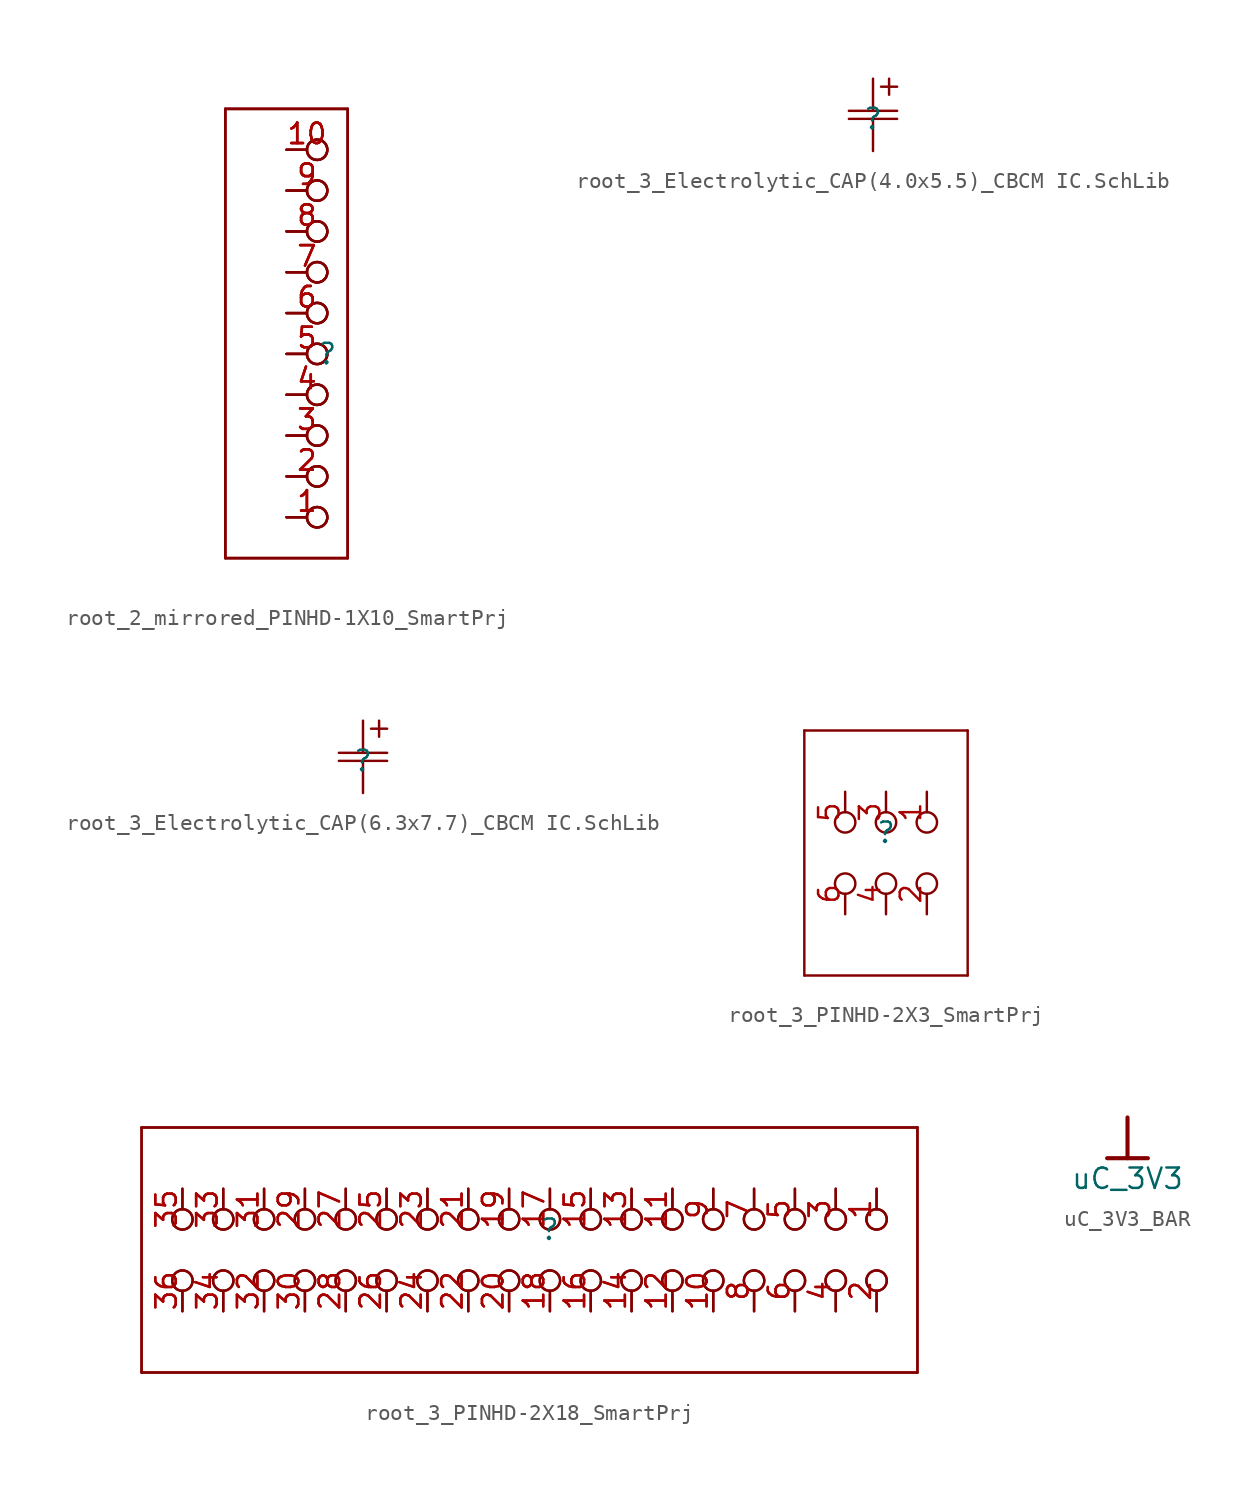
<source format=kicad_sym>
(kicad_symbol_lib
  (version 20241209)
  (generator "kicad_symbol_editor")
  (generator_version "9.0")
  (symbol "root_2_mirrored_PINHD-1X10_SmartPrj"
    (pin_names
      (hide yes))
    (property "Reference" ""
      (at 0 0 0)
      (effects (font (size 1.27 1.27))))
    (property "Value" ""
      (at 0 0 0)
      (effects (font (size 1.27 1.27))))
    (symbol "root_2_mirrored_PINHD-1X10_SmartPrj_1_0"
      (polyline (pts (xy -6.35 15.24) (xy 1.27 15.24)) (stroke (width 0) (type solid)) (fill (type none)))
      (polyline (pts (xy -6.35 15.24) (xy 1.27 15.24)) (stroke (width 0) (type solid)) (fill (type none)))
      (polyline (pts (xy -6.35 15.24) (xy 1.27 15.24)) (stroke (width 0) (type solid)) (fill (type none)))
      (polyline (pts (xy -6.35 -12.7) (xy -6.35 15.24)) (stroke (width 0) (type solid)) (fill (type none)))
      (polyline (pts (xy -6.35 -12.7) (xy -6.35 15.24)) (stroke (width 0) (type solid)) (fill (type none)))
      (polyline (pts (xy -6.35 -12.7) (xy -6.35 15.24)) (stroke (width 0) (type solid)) (fill (type none)))
      (polyline (pts (xy 1.27 15.24) (xy 1.27 -12.7)) (stroke (width 0) (type solid)) (fill (type none)))
      (polyline (pts (xy 1.27 15.24) (xy 1.27 -12.7)) (stroke (width 0) (type solid)) (fill (type none)))
      (polyline (pts (xy 1.27 15.24) (xy 1.27 -12.7)) (stroke (width 0) (type solid)) (fill (type none)))
      (polyline (pts (xy 1.27 -12.7) (xy -6.35 -12.7)) (stroke (width 0) (type solid)) (fill (type none)))
      (polyline (pts (xy 1.27 -12.7) (xy -6.35 -12.7)) (stroke (width 0) (type solid)) (fill (type none)))
      (polyline (pts (xy 1.27 -12.7) (xy -6.35 -12.7)) (stroke (width 0) (type solid)) (fill (type none)))
      (pin passive inverted (at -2.54 12.7 0) (length 2.54) (name "10" (effects (font (size 1.27 1.27)))) (number "10" (effects (font (size 1.27 1.27)))))
      (pin passive inverted (at -2.54 12.7 0) (length 2.54) (name "10" (effects (font (size 1.27 1.27)))) (number "10" (effects (font (size 1.27 1.27)))))
      (pin passive inverted (at -2.54 12.7 0) (length 2.54) (name "10" (effects (font (size 1.27 1.27)))) (number "10" (effects (font (size 1.27 1.27)))))
      (pin passive inverted (at -2.54 10.16 0) (length 2.54) (name "9" (effects (font (size 1.27 1.27)))) (number "9" (effects (font (size 1.27 1.27)))))
      (pin passive inverted (at -2.54 10.16 0) (length 2.54) (name "9" (effects (font (size 1.27 1.27)))) (number "9" (effects (font (size 1.27 1.27)))))
      (pin passive inverted (at -2.54 10.16 0) (length 2.54) (name "9" (effects (font (size 1.27 1.27)))) (number "9" (effects (font (size 1.27 1.27)))))
      (pin passive inverted (at -2.54 7.62 0) (length 2.54) (name "8" (effects (font (size 1.27 1.27)))) (number "8" (effects (font (size 1.27 1.27)))))
      (pin passive inverted (at -2.54 7.62 0) (length 2.54) (name "8" (effects (font (size 1.27 1.27)))) (number "8" (effects (font (size 1.27 1.27)))))
      (pin passive inverted (at -2.54 7.62 0) (length 2.54) (name "8" (effects (font (size 1.27 1.27)))) (number "8" (effects (font (size 1.27 1.27)))))
      (pin passive inverted (at -2.54 5.08 0) (length 2.54) (name "7" (effects (font (size 1.27 1.27)))) (number "7" (effects (font (size 1.27 1.27)))))
      (pin passive inverted (at -2.54 5.08 0) (length 2.54) (name "7" (effects (font (size 1.27 1.27)))) (number "7" (effects (font (size 1.27 1.27)))))
      (pin passive inverted (at -2.54 5.08 0) (length 2.54) (name "7" (effects (font (size 1.27 1.27)))) (number "7" (effects (font (size 1.27 1.27)))))
      (pin passive inverted (at -2.54 2.54 0) (length 2.54) (name "6" (effects (font (size 1.27 1.27)))) (number "6" (effects (font (size 1.27 1.27)))))
      (pin passive inverted (at -2.54 2.54 0) (length 2.54) (name "6" (effects (font (size 1.27 1.27)))) (number "6" (effects (font (size 1.27 1.27)))))
      (pin passive inverted (at -2.54 2.54 0) (length 2.54) (name "6" (effects (font (size 1.27 1.27)))) (number "6" (effects (font (size 1.27 1.27)))))
      (pin passive inverted (at -2.54 0 0) (length 2.54) (name "5" (effects (font (size 1.27 1.27)))) (number "5" (effects (font (size 1.27 1.27)))))
      (pin passive inverted (at -2.54 0 0) (length 2.54) (name "5" (effects (font (size 1.27 1.27)))) (number "5" (effects (font (size 1.27 1.27)))))
      (pin passive inverted (at -2.54 0 0) (length 2.54) (name "5" (effects (font (size 1.27 1.27)))) (number "5" (effects (font (size 1.27 1.27)))))
      (pin passive inverted (at -2.54 -2.54 0) (length 2.54) (name "4" (effects (font (size 1.27 1.27)))) (number "4" (effects (font (size 1.27 1.27)))))
      (pin passive inverted (at -2.54 -2.54 0) (length 2.54) (name "4" (effects (font (size 1.27 1.27)))) (number "4" (effects (font (size 1.27 1.27)))))
      (pin passive inverted (at -2.54 -2.54 0) (length 2.54) (name "4" (effects (font (size 1.27 1.27)))) (number "4" (effects (font (size 1.27 1.27)))))
      (pin passive inverted (at -2.54 -5.08 0) (length 2.54) (name "3" (effects (font (size 1.27 1.27)))) (number "3" (effects (font (size 1.27 1.27)))))
      (pin passive inverted (at -2.54 -5.08 0) (length 2.54) (name "3" (effects (font (size 1.27 1.27)))) (number "3" (effects (font (size 1.27 1.27)))))
      (pin passive inverted (at -2.54 -5.08 0) (length 2.54) (name "3" (effects (font (size 1.27 1.27)))) (number "3" (effects (font (size 1.27 1.27)))))
      (pin passive inverted (at -2.54 -7.62 0) (length 2.54) (name "2" (effects (font (size 1.27 1.27)))) (number "2" (effects (font (size 1.27 1.27)))))
      (pin passive inverted (at -2.54 -7.62 0) (length 2.54) (name "2" (effects (font (size 1.27 1.27)))) (number "2" (effects (font (size 1.27 1.27)))))
      (pin passive inverted (at -2.54 -7.62 0) (length 2.54) (name "2" (effects (font (size 1.27 1.27)))) (number "2" (effects (font (size 1.27 1.27)))))
      (pin passive inverted (at -2.54 -10.16 0) (length 2.54) (name "1" (effects (font (size 1.27 1.27)))) (number "1" (effects (font (size 1.27 1.27)))))
      (pin passive inverted (at -2.54 -10.16 0) (length 2.54) (name "1" (effects (font (size 1.27 1.27)))) (number "1" (effects (font (size 1.27 1.27)))))
      (pin passive inverted (at -2.54 -10.16 0) (length 2.54) (name "1" (effects (font (size 1.27 1.27)))) (number "1" (effects (font (size 1.27 1.27)))))))
  (symbol "root_3_Electrolytic_CAP(4.0x5.5)_CBCM IC.SchLib"
    (pin_numbers
      (hide yes))
    (pin_names
      (hide yes))
    (property "Reference" ""
      (at 0 0 0)
      (effects (font (size 1.27 1.27))))
    (property "Value" ""
      (at 0 0 0)
      (effects (font (size 1.27 1.27))))
    (symbol "root_3_Electrolytic_CAP(4.0x5.5)_CBCM IC.SchLib_1_0"
      (polyline (pts (xy 1 2.5) (xy 1 1.5)) (stroke (width 0) (type solid)) (fill (type none)))
      (polyline (pts (xy 1.5 2) (xy 0.5 2)) (stroke (width 0) (type solid)) (fill (type none)))
      (polyline (pts (xy 1.5 0.5) (xy -1.5 0.5)) (stroke (width 0) (type solid)) (fill (type none)))
      (polyline (pts (xy 1.5 0) (xy -1.5 0)) (stroke (width 0) (type solid)) (fill (type none)))
      (pin passive line (at 0 2.5 270) (length 2) (name "Terminal_0" (effects (font (size 1.27 1.27)))) (number "1" (effects (font (size 1.27 1.27)))))
      (pin passive line (at 0 -2 90) (length 2) (name "Terminal_2" (effects (font (size 1.27 1.27)))) (number "2" (effects (font (size 1.27 1.27)))))))
  (symbol "root_3_Electrolytic_CAP(6.3x7.7)_CBCM IC.SchLib"
    (pin_numbers
      (hide yes))
    (pin_names
      (hide yes))
    (property "Reference" ""
      (at 0 0 0)
      (effects (font (size 1.27 1.27))))
    (property "Value" ""
      (at 0 0 0)
      (effects (font (size 1.27 1.27))))
    (symbol "root_3_Electrolytic_CAP(6.3x7.7)_CBCM IC.SchLib_1_0"
      (polyline (pts (xy 1 2.5) (xy 1 1.5)) (stroke (width 0) (type solid)) (fill (type none)))
      (polyline (pts (xy 1.5 2) (xy 0.5 2)) (stroke (width 0) (type solid)) (fill (type none)))
      (polyline (pts (xy 1.5 0.5) (xy -1.5 0.5)) (stroke (width 0) (type solid)) (fill (type none)))
      (polyline (pts (xy 1.5 0) (xy -1.5 0)) (stroke (width 0) (type solid)) (fill (type none)))
      (pin passive line (at 0 2.5 270) (length 2) (name "Terminal_0" (effects (font (size 1.27 1.27)))) (number "1" (effects (font (size 1.27 1.27)))))
      (pin passive line (at 0 -2 90) (length 2) (name "Terminal_2" (effects (font (size 1.27 1.27)))) (number "2" (effects (font (size 1.27 1.27)))))))
  (symbol "root_3_PINHD-2X3_SmartPrj"
    (pin_names
      (hide yes))
    (property "Reference" ""
      (at 0 0 0)
      (effects (font (size 1.27 1.27))))
    (property "Value" ""
      (at 0 0 0)
      (effects (font (size 1.27 1.27))))
    (symbol "root_3_PINHD-2X3_SmartPrj_1_0"
      (polyline (pts (xy -5.08 6.35) (xy -5.08 -8.89)) (stroke (width 0) (type solid)) (fill (type none)))
      (polyline (pts (xy -5.08 -8.89) (xy 5.08 -8.89)) (stroke (width 0) (type solid)) (fill (type none)))
      (polyline (pts (xy 5.08 6.35) (xy -5.08 6.35)) (stroke (width 0) (type solid)) (fill (type none)))
      (polyline (pts (xy 5.08 -8.89) (xy 5.08 6.35)) (stroke (width 0) (type solid)) (fill (type none)))
      (pin passive inverted (at -2.54 2.54 270) (length 2.54) (name "5" (effects (font (size 1.27 1.27)))) (number "5" (effects (font (size 1.27 1.27)))))
      (pin passive inverted (at -2.54 -5.08 90) (length 2.54) (name "6" (effects (font (size 1.27 1.27)))) (number "6" (effects (font (size 1.27 1.27)))))
      (pin passive inverted (at 0 2.54 270) (length 2.54) (name "3" (effects (font (size 1.27 1.27)))) (number "3" (effects (font (size 1.27 1.27)))))
      (pin passive inverted (at 0 -5.08 90) (length 2.54) (name "4" (effects (font (size 1.27 1.27)))) (number "4" (effects (font (size 1.27 1.27)))))
      (pin passive inverted (at 2.54 2.54 270) (length 2.54) (name "1" (effects (font (size 1.27 1.27)))) (number "1" (effects (font (size 1.27 1.27)))))
      (pin passive inverted (at 2.54 -5.08 90) (length 2.54) (name "2" (effects (font (size 1.27 1.27)))) (number "2" (effects (font (size 1.27 1.27)))))))
  (symbol "root_3_PINHD-2X18_SmartPrj"
    (pin_names
      (hide yes))
    (property "Reference" ""
      (at 0 0 0)
      (effects (font (size 1.27 1.27))))
    (property "Value" ""
      (at 0 0 0)
      (effects (font (size 1.27 1.27))))
    (symbol "root_3_PINHD-2X18_SmartPrj_1_0"
      (polyline (pts (xy -25.4 6.35) (xy -25.4 -8.89)) (stroke (width 0) (type solid)) (fill (type none)))
      (polyline (pts (xy -25.4 6.35) (xy -25.4 -8.89)) (stroke (width 0) (type solid)) (fill (type none)))
      (polyline (pts (xy -25.4 -8.89) (xy 22.86 -8.89)) (stroke (width 0) (type solid)) (fill (type none)))
      (polyline (pts (xy -25.4 -8.89) (xy 22.86 -8.89)) (stroke (width 0) (type solid)) (fill (type none)))
      (polyline (pts (xy 22.86 6.35) (xy -25.4 6.35)) (stroke (width 0) (type solid)) (fill (type none)))
      (polyline (pts (xy 22.86 6.35) (xy -25.4 6.35)) (stroke (width 0) (type solid)) (fill (type none)))
      (polyline (pts (xy 22.86 -8.89) (xy 22.86 6.35)) (stroke (width 0) (type solid)) (fill (type none)))
      (polyline (pts (xy 22.86 -8.89) (xy 22.86 6.35)) (stroke (width 0) (type solid)) (fill (type none)))
      (pin passive inverted (at -22.86 2.54 270) (length 2.54) (name "35" (effects (font (size 1.27 1.27)))) (number "35" (effects (font (size 1.27 1.27)))))
      (pin passive inverted (at -22.86 2.54 270) (length 2.54) (name "35" (effects (font (size 1.27 1.27)))) (number "35" (effects (font (size 1.27 1.27)))))
      (pin passive inverted (at -22.86 -5.08 90) (length 2.54) (name "36" (effects (font (size 1.27 1.27)))) (number "36" (effects (font (size 1.27 1.27)))))
      (pin passive inverted (at -22.86 -5.08 90) (length 2.54) (name "36" (effects (font (size 1.27 1.27)))) (number "36" (effects (font (size 1.27 1.27)))))
      (pin passive inverted (at -20.32 2.54 270) (length 2.54) (name "33" (effects (font (size 1.27 1.27)))) (number "33" (effects (font (size 1.27 1.27)))))
      (pin passive inverted (at -20.32 2.54 270) (length 2.54) (name "33" (effects (font (size 1.27 1.27)))) (number "33" (effects (font (size 1.27 1.27)))))
      (pin passive inverted (at -20.32 -5.08 90) (length 2.54) (name "34" (effects (font (size 1.27 1.27)))) (number "34" (effects (font (size 1.27 1.27)))))
      (pin passive inverted (at -20.32 -5.08 90) (length 2.54) (name "34" (effects (font (size 1.27 1.27)))) (number "34" (effects (font (size 1.27 1.27)))))
      (pin passive inverted (at -17.78 2.54 270) (length 2.54) (name "31" (effects (font (size 1.27 1.27)))) (number "31" (effects (font (size 1.27 1.27)))))
      (pin passive inverted (at -17.78 2.54 270) (length 2.54) (name "31" (effects (font (size 1.27 1.27)))) (number "31" (effects (font (size 1.27 1.27)))))
      (pin passive inverted (at -17.78 -5.08 90) (length 2.54) (name "32" (effects (font (size 1.27 1.27)))) (number "32" (effects (font (size 1.27 1.27)))))
      (pin passive inverted (at -17.78 -5.08 90) (length 2.54) (name "32" (effects (font (size 1.27 1.27)))) (number "32" (effects (font (size 1.27 1.27)))))
      (pin passive inverted (at -15.24 2.54 270) (length 2.54) (name "29" (effects (font (size 1.27 1.27)))) (number "29" (effects (font (size 1.27 1.27)))))
      (pin passive inverted (at -15.24 2.54 270) (length 2.54) (name "29" (effects (font (size 1.27 1.27)))) (number "29" (effects (font (size 1.27 1.27)))))
      (pin passive inverted (at -15.24 -5.08 90) (length 2.54) (name "30" (effects (font (size 1.27 1.27)))) (number "30" (effects (font (size 1.27 1.27)))))
      (pin passive inverted (at -15.24 -5.08 90) (length 2.54) (name "30" (effects (font (size 1.27 1.27)))) (number "30" (effects (font (size 1.27 1.27)))))
      (pin passive inverted (at -12.7 2.54 270) (length 2.54) (name "27" (effects (font (size 1.27 1.27)))) (number "27" (effects (font (size 1.27 1.27)))))
      (pin passive inverted (at -12.7 2.54 270) (length 2.54) (name "27" (effects (font (size 1.27 1.27)))) (number "27" (effects (font (size 1.27 1.27)))))
      (pin passive inverted (at -12.7 -5.08 90) (length 2.54) (name "28" (effects (font (size 1.27 1.27)))) (number "28" (effects (font (size 1.27 1.27)))))
      (pin passive inverted (at -12.7 -5.08 90) (length 2.54) (name "28" (effects (font (size 1.27 1.27)))) (number "28" (effects (font (size 1.27 1.27)))))
      (pin passive inverted (at -10.16 2.54 270) (length 2.54) (name "25" (effects (font (size 1.27 1.27)))) (number "25" (effects (font (size 1.27 1.27)))))
      (pin passive inverted (at -10.16 2.54 270) (length 2.54) (name "25" (effects (font (size 1.27 1.27)))) (number "25" (effects (font (size 1.27 1.27)))))
      (pin passive inverted (at -10.16 -5.08 90) (length 2.54) (name "26" (effects (font (size 1.27 1.27)))) (number "26" (effects (font (size 1.27 1.27)))))
      (pin passive inverted (at -10.16 -5.08 90) (length 2.54) (name "26" (effects (font (size 1.27 1.27)))) (number "26" (effects (font (size 1.27 1.27)))))
      (pin passive inverted (at -7.62 2.54 270) (length 2.54) (name "23" (effects (font (size 1.27 1.27)))) (number "23" (effects (font (size 1.27 1.27)))))
      (pin passive inverted (at -7.62 2.54 270) (length 2.54) (name "23" (effects (font (size 1.27 1.27)))) (number "23" (effects (font (size 1.27 1.27)))))
      (pin passive inverted (at -7.62 -5.08 90) (length 2.54) (name "24" (effects (font (size 1.27 1.27)))) (number "24" (effects (font (size 1.27 1.27)))))
      (pin passive inverted (at -7.62 -5.08 90) (length 2.54) (name "24" (effects (font (size 1.27 1.27)))) (number "24" (effects (font (size 1.27 1.27)))))
      (pin passive inverted (at -5.08 2.54 270) (length 2.54) (name "21" (effects (font (size 1.27 1.27)))) (number "21" (effects (font (size 1.27 1.27)))))
      (pin passive inverted (at -5.08 2.54 270) (length 2.54) (name "21" (effects (font (size 1.27 1.27)))) (number "21" (effects (font (size 1.27 1.27)))))
      (pin passive inverted (at -5.08 -5.08 90) (length 2.54) (name "22" (effects (font (size 1.27 1.27)))) (number "22" (effects (font (size 1.27 1.27)))))
      (pin passive inverted (at -5.08 -5.08 90) (length 2.54) (name "22" (effects (font (size 1.27 1.27)))) (number "22" (effects (font (size 1.27 1.27)))))
      (pin passive inverted (at -2.54 2.54 270) (length 2.54) (name "19" (effects (font (size 1.27 1.27)))) (number "19" (effects (font (size 1.27 1.27)))))
      (pin passive inverted (at -2.54 2.54 270) (length 2.54) (name "19" (effects (font (size 1.27 1.27)))) (number "19" (effects (font (size 1.27 1.27)))))
      (pin passive inverted (at -2.54 -5.08 90) (length 2.54) (name "20" (effects (font (size 1.27 1.27)))) (number "20" (effects (font (size 1.27 1.27)))))
      (pin passive inverted (at -2.54 -5.08 90) (length 2.54) (name "20" (effects (font (size 1.27 1.27)))) (number "20" (effects (font (size 1.27 1.27)))))
      (pin passive inverted (at 0 2.54 270) (length 2.54) (name "17" (effects (font (size 1.27 1.27)))) (number "17" (effects (font (size 1.27 1.27)))))
      (pin passive inverted (at 0 2.54 270) (length 2.54) (name "17" (effects (font (size 1.27 1.27)))) (number "17" (effects (font (size 1.27 1.27)))))
      (pin passive inverted (at 0 -5.08 90) (length 2.54) (name "18" (effects (font (size 1.27 1.27)))) (number "18" (effects (font (size 1.27 1.27)))))
      (pin passive inverted (at 0 -5.08 90) (length 2.54) (name "18" (effects (font (size 1.27 1.27)))) (number "18" (effects (font (size 1.27 1.27)))))
      (pin passive inverted (at 2.54 2.54 270) (length 2.54) (name "15" (effects (font (size 1.27 1.27)))) (number "15" (effects (font (size 1.27 1.27)))))
      (pin passive inverted (at 2.54 2.54 270) (length 2.54) (name "15" (effects (font (size 1.27 1.27)))) (number "15" (effects (font (size 1.27 1.27)))))
      (pin passive inverted (at 2.54 -5.08 90) (length 2.54) (name "16" (effects (font (size 1.27 1.27)))) (number "16" (effects (font (size 1.27 1.27)))))
      (pin passive inverted (at 2.54 -5.08 90) (length 2.54) (name "16" (effects (font (size 1.27 1.27)))) (number "16" (effects (font (size 1.27 1.27)))))
      (pin passive inverted (at 5.08 2.54 270) (length 2.54) (name "13" (effects (font (size 1.27 1.27)))) (number "13" (effects (font (size 1.27 1.27)))))
      (pin passive inverted (at 5.08 2.54 270) (length 2.54) (name "13" (effects (font (size 1.27 1.27)))) (number "13" (effects (font (size 1.27 1.27)))))
      (pin passive inverted (at 5.08 -5.08 90) (length 2.54) (name "14" (effects (font (size 1.27 1.27)))) (number "14" (effects (font (size 1.27 1.27)))))
      (pin passive inverted (at 5.08 -5.08 90) (length 2.54) (name "14" (effects (font (size 1.27 1.27)))) (number "14" (effects (font (size 1.27 1.27)))))
      (pin passive inverted (at 7.62 2.54 270) (length 2.54) (name "11" (effects (font (size 1.27 1.27)))) (number "11" (effects (font (size 1.27 1.27)))))
      (pin passive inverted (at 7.62 2.54 270) (length 2.54) (name "11" (effects (font (size 1.27 1.27)))) (number "11" (effects (font (size 1.27 1.27)))))
      (pin passive inverted (at 7.62 -5.08 90) (length 2.54) (name "12" (effects (font (size 1.27 1.27)))) (number "12" (effects (font (size 1.27 1.27)))))
      (pin passive inverted (at 7.62 -5.08 90) (length 2.54) (name "12" (effects (font (size 1.27 1.27)))) (number "12" (effects (font (size 1.27 1.27)))))
      (pin passive inverted (at 10.16 2.54 270) (length 2.54) (name "9" (effects (font (size 1.27 1.27)))) (number "9" (effects (font (size 1.27 1.27)))))
      (pin passive inverted (at 10.16 2.54 270) (length 2.54) (name "9" (effects (font (size 1.27 1.27)))) (number "9" (effects (font (size 1.27 1.27)))))
      (pin passive inverted (at 10.16 -5.08 90) (length 2.54) (name "10" (effects (font (size 1.27 1.27)))) (number "10" (effects (font (size 1.27 1.27)))))
      (pin passive inverted (at 10.16 -5.08 90) (length 2.54) (name "10" (effects (font (size 1.27 1.27)))) (number "10" (effects (font (size 1.27 1.27)))))
      (pin passive inverted (at 12.7 2.54 270) (length 2.54) (name "7" (effects (font (size 1.27 1.27)))) (number "7" (effects (font (size 1.27 1.27)))))
      (pin passive inverted (at 12.7 2.54 270) (length 2.54) (name "7" (effects (font (size 1.27 1.27)))) (number "7" (effects (font (size 1.27 1.27)))))
      (pin passive inverted (at 12.7 -5.08 90) (length 2.54) (name "8" (effects (font (size 1.27 1.27)))) (number "8" (effects (font (size 1.27 1.27)))))
      (pin passive inverted (at 12.7 -5.08 90) (length 2.54) (name "8" (effects (font (size 1.27 1.27)))) (number "8" (effects (font (size 1.27 1.27)))))
      (pin passive inverted (at 15.24 2.54 270) (length 2.54) (name "5" (effects (font (size 1.27 1.27)))) (number "5" (effects (font (size 1.27 1.27)))))
      (pin passive inverted (at 15.24 2.54 270) (length 2.54) (name "5" (effects (font (size 1.27 1.27)))) (number "5" (effects (font (size 1.27 1.27)))))
      (pin passive inverted (at 15.24 -5.08 90) (length 2.54) (name "6" (effects (font (size 1.27 1.27)))) (number "6" (effects (font (size 1.27 1.27)))))
      (pin passive inverted (at 15.24 -5.08 90) (length 2.54) (name "6" (effects (font (size 1.27 1.27)))) (number "6" (effects (font (size 1.27 1.27)))))
      (pin passive inverted (at 17.78 2.54 270) (length 2.54) (name "3" (effects (font (size 1.27 1.27)))) (number "3" (effects (font (size 1.27 1.27)))))
      (pin passive inverted (at 17.78 2.54 270) (length 2.54) (name "3" (effects (font (size 1.27 1.27)))) (number "3" (effects (font (size 1.27 1.27)))))
      (pin passive inverted (at 17.78 -5.08 90) (length 2.54) (name "4" (effects (font (size 1.27 1.27)))) (number "4" (effects (font (size 1.27 1.27)))))
      (pin passive inverted (at 17.78 -5.08 90) (length 2.54) (name "4" (effects (font (size 1.27 1.27)))) (number "4" (effects (font (size 1.27 1.27)))))
      (pin passive inverted (at 20.32 2.54 270) (length 2.54) (name "1" (effects (font (size 1.27 1.27)))) (number "1" (effects (font (size 1.27 1.27)))))
      (pin passive inverted (at 20.32 2.54 270) (length 2.54) (name "1" (effects (font (size 1.27 1.27)))) (number "1" (effects (font (size 1.27 1.27)))))
      (pin passive inverted (at 20.32 -5.08 90) (length 2.54) (name "2" (effects (font (size 1.27 1.27)))) (number "2" (effects (font (size 1.27 1.27)))))
      (pin passive inverted (at 20.32 -5.08 90) (length 2.54) (name "2" (effects (font (size 1.27 1.27)))) (number "2" (effects (font (size 1.27 1.27)))))))
  (symbol "uC_3V3_BAR"
    (power)
    (property "Reference" "#PWR"
      (at 0 0 0)
      (effects (font (size 1.27 1.27)) (hide yes)))
    (property "Value" "uC_3V3"
      (at 0 -3.81 0)
      (effects (font (size 1.27 1.27))))
    (symbol "uC_3V3_BAR_0_0"
      (polyline (pts (xy -1.27 -2.54) (xy 1.27 -2.54)) (stroke (width 0.254) (type solid)) (fill (type none)))
      (polyline (pts (xy 0 0) (xy 0 -2.54)) (stroke (width 0.254) (type solid)) (fill (type none)))
      (pin power_in line (at 0 0 0) (length 0) (hide yes) (name "uC_3V3" (effects (font (size 1.27 1.27)))) (number "" (effects (font (size 1.27 1.27))))))))
</source>
